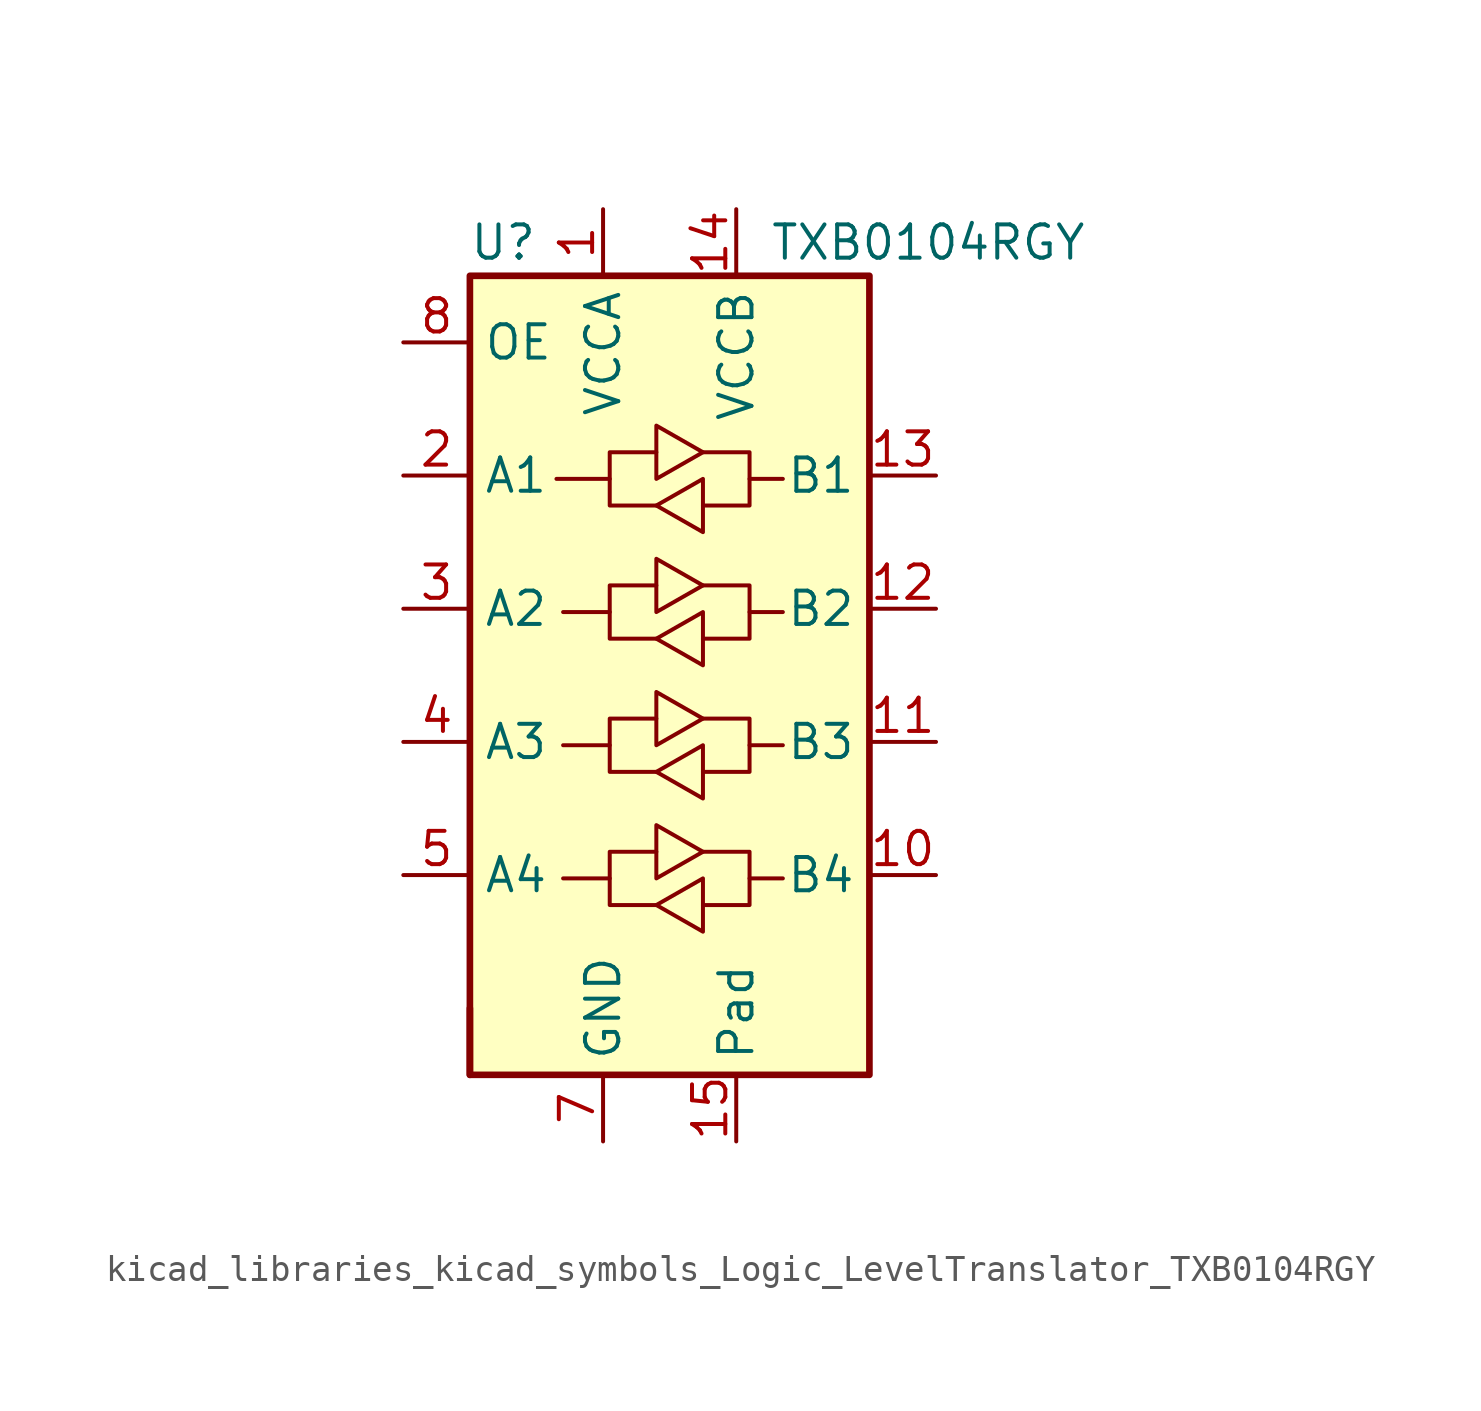
<source format=kicad_sym>
(kicad_symbol_lib
  (version 20220914)
  (generator kicad_symbol_editor)
  (symbol "kicad_libraries_kicad_symbols_Logic_LevelTranslator_TXB0104RGY"
    (property "Reference" "U"
      (at -6.35 16.51 0)
      (effects (font (size 1.27 1.27))))
    (property "Value" "TXB0104RGY"
      (at 3.81 16.51 0)
      (effects (font (size 1.27 1.27)) (justify left)))
    (symbol "kicad_libraries_kicad_symbols_Logic_LevelTranslator_TXB0104RGY_0_1"
      (rectangle (start -7.62 -15.24) (end -7.62 -12.7) (stroke (width 0.254) (type default)) (fill (type none)))
      (rectangle (start -7.62 15.24) (end 7.62 -15.24) (stroke (width 0.254) (type default)) (fill (type background)))
      (polyline (pts (xy -2.286 -7.747) (xy -2.286 -6.731) (xy -0.508 -6.731)) (stroke (width 0) (type default)) (fill (type none)))
      (polyline (pts (xy -2.286 -2.667) (xy -2.286 -1.651) (xy -0.508 -1.651)) (stroke (width 0) (type default)) (fill (type none)))
      (polyline (pts (xy -2.286 2.413) (xy -2.286 3.429) (xy -0.508 3.429)) (stroke (width 0) (type default)) (fill (type none)))
      (polyline (pts (xy -2.286 7.493) (xy -2.286 8.509) (xy -0.508 8.509)) (stroke (width 0) (type default)) (fill (type none)))
      (polyline (pts (xy 3.048 -7.747) (xy 3.048 -8.763) (xy 1.27 -8.763)) (stroke (width 0) (type default)) (fill (type none)))
      (polyline (pts (xy 3.048 -2.667) (xy 3.048 -3.683) (xy 1.27 -3.683)) (stroke (width 0) (type default)) (fill (type none)))
      (polyline (pts (xy 3.048 2.413) (xy 3.048 1.397) (xy 1.27 1.397)) (stroke (width 0) (type default)) (fill (type none)))
      (polyline (pts (xy 3.048 7.493) (xy 3.048 6.477) (xy 1.27 6.477)) (stroke (width 0) (type default)) (fill (type none)))
      (polyline (pts (xy -0.508 -8.763) (xy -2.286 -8.763) (xy -2.286 -7.747) (xy -4.064 -7.747)) (stroke (width 0) (type default)) (fill (type none)))
      (polyline (pts (xy -0.508 -8.763) (xy 1.27 -7.747) (xy 1.27 -9.779) (xy -0.508 -8.763)) (stroke (width 0) (type default)) (fill (type none)))
      (polyline (pts (xy -0.508 -3.683) (xy -2.286 -3.683) (xy -2.286 -2.667) (xy -4.064 -2.667)) (stroke (width 0) (type default)) (fill (type none)))
      (polyline (pts (xy -0.508 -3.683) (xy 1.27 -2.667) (xy 1.27 -4.699) (xy -0.508 -3.683)) (stroke (width 0) (type default)) (fill (type none)))
      (polyline (pts (xy -0.508 1.397) (xy -2.286 1.397) (xy -2.286 2.413) (xy -4.064 2.413)) (stroke (width 0) (type default)) (fill (type none)))
      (polyline (pts (xy -0.508 1.397) (xy 1.27 2.413) (xy 1.27 0.381) (xy -0.508 1.397)) (stroke (width 0) (type default)) (fill (type none)))
      (polyline (pts (xy -0.508 6.477) (xy -2.286 6.477) (xy -2.286 7.493) (xy -4.318 7.493)) (stroke (width 0) (type default)) (fill (type none)))
      (polyline (pts (xy -0.508 6.477) (xy 1.27 7.493) (xy 1.27 5.461) (xy -0.508 6.477)) (stroke (width 0) (type default)) (fill (type none)))
      (polyline (pts (xy 1.27 -6.731) (xy -0.508 -7.747) (xy -0.508 -5.715) (xy 1.27 -6.731)) (stroke (width 0) (type default)) (fill (type none)))
      (polyline (pts (xy 1.27 -6.731) (xy 3.048 -6.731) (xy 3.048 -7.747) (xy 4.318 -7.747)) (stroke (width 0) (type default)) (fill (type none)))
      (polyline (pts (xy 1.27 -1.651) (xy -0.508 -2.667) (xy -0.508 -0.635) (xy 1.27 -1.651)) (stroke (width 0) (type default)) (fill (type none)))
      (polyline (pts (xy 1.27 -1.651) (xy 3.048 -1.651) (xy 3.048 -2.667) (xy 4.318 -2.667)) (stroke (width 0) (type default)) (fill (type none)))
      (polyline (pts (xy 1.27 3.429) (xy -0.508 2.413) (xy -0.508 4.445) (xy 1.27 3.429)) (stroke (width 0) (type default)) (fill (type none)))
      (polyline (pts (xy 1.27 3.429) (xy 3.048 3.429) (xy 3.048 2.413) (xy 4.318 2.413)) (stroke (width 0) (type default)) (fill (type none)))
      (polyline (pts (xy 1.27 8.509) (xy -0.508 7.493) (xy -0.508 9.525) (xy 1.27 8.509)) (stroke (width 0) (type default)) (fill (type none)))
      (polyline (pts (xy 1.27 8.509) (xy 3.048 8.509) (xy 3.048 7.493) (xy 4.318 7.493)) (stroke (width 0) (type default)) (fill (type none))))
    (symbol "kicad_libraries_kicad_symbols_Logic_LevelTranslator_TXB0104RGY_1_1"
      (pin power_in line (at -2.54 17.78 270) (length 2.54) (name "VCCA" (effects (font (size 1.27 1.27)))) (number "1" (effects (font (size 1.27 1.27)))))
      (pin bidirectional line (at 10.16 -7.62 180) (length 2.54) (name "B4" (effects (font (size 1.27 1.27)))) (number "10" (effects (font (size 1.27 1.27)))))
      (pin bidirectional line (at 10.16 -2.54 180) (length 2.54) (name "B3" (effects (font (size 1.27 1.27)))) (number "11" (effects (font (size 1.27 1.27)))))
      (pin bidirectional line (at 10.16 2.54 180) (length 2.54) (name "B2" (effects (font (size 1.27 1.27)))) (number "12" (effects (font (size 1.27 1.27)))))
      (pin bidirectional line (at 10.16 7.62 180) (length 2.54) (name "B1" (effects (font (size 1.27 1.27)))) (number "13" (effects (font (size 1.27 1.27)))))
      (pin power_in line (at 2.54 17.78 270) (length 2.54) (name "VCCB" (effects (font (size 1.27 1.27)))) (number "14" (effects (font (size 1.27 1.27)))))
      (pin input line (at 2.54 -17.78 90) (length 2.54) (name "Pad" (effects (font (size 1.27 1.27)))) (number "15" (effects (font (size 1.27 1.27)))))
      (pin bidirectional line (at -10.16 7.62 0) (length 2.54) (name "A1" (effects (font (size 1.27 1.27)))) (number "2" (effects (font (size 1.27 1.27)))))
      (pin bidirectional line (at -10.16 2.54 0) (length 2.54) (name "A2" (effects (font (size 1.27 1.27)))) (number "3" (effects (font (size 1.27 1.27)))))
      (pin bidirectional line (at -10.16 -2.54 0) (length 2.54) (name "A3" (effects (font (size 1.27 1.27)))) (number "4" (effects (font (size 1.27 1.27)))))
      (pin bidirectional line (at -10.16 -7.62 0) (length 2.54) (name "A4" (effects (font (size 1.27 1.27)))) (number "5" (effects (font (size 1.27 1.27)))))
      (pin no_connect line (at -7.62 -12.7 0) (length 2.54) hide (name "NC" (effects (font (size 1.27 1.27)))) (number "6" (effects (font (size 1.27 1.27)))))
      (pin power_in line (at -2.54 -17.78 90) (length 2.54) (name "GND" (effects (font (size 1.27 1.27)))) (number "7" (effects (font (size 1.27 1.27)))))
      (pin input line (at -10.16 12.7 0) (length 2.54) (name "OE" (effects (font (size 1.27 1.27)))) (number "8" (effects (font (size 1.27 1.27)))))
      (pin no_connect line (at 7.62 -12.7 180) (length 2.54) hide (name "NC" (effects (font (size 1.27 1.27)))) (number "9" (effects (font (size 1.27 1.27))))))))
</source>
